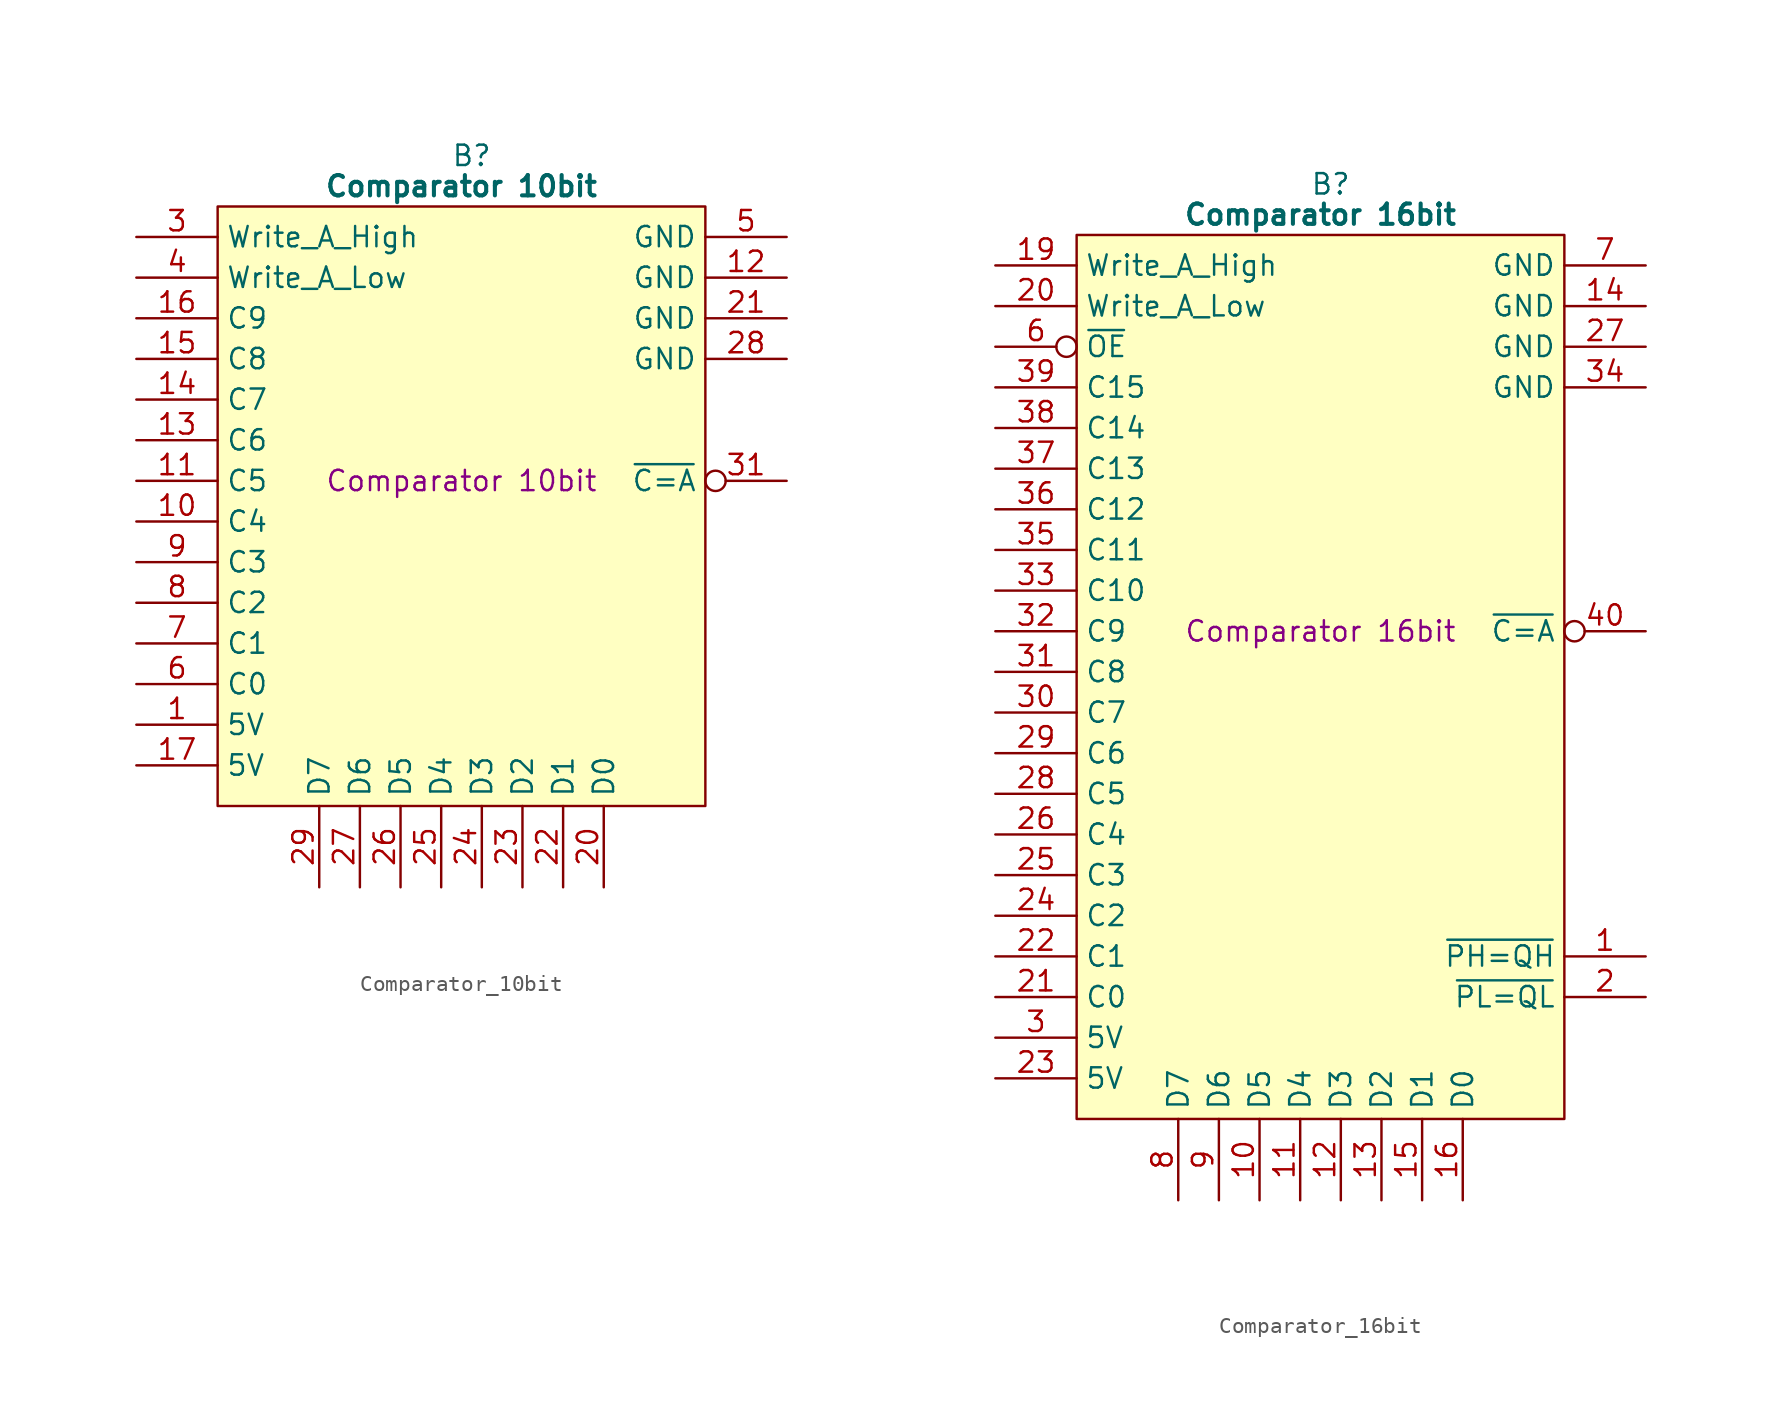
<source format=kicad_sym>
(kicad_symbol_lib
  (version 20241209)
  (generator "kicad_symbol_editor")
  (generator_version "9.0")
  (symbol "Comparator_10bit"
    (property "Reference" "B"
      (at 15.875 5.08 0)
      (effects (font (size 1.27 1.27))))
    (property "Value" "Comparator 10bit"
      (at 15.24 3.175 0)
      (effects (font (size 1.27 1.27) (bold yes))))
    (property "Description" "Comparator 10bit"
      (at 15.24 -15.24 0)
      (effects (font (size 1.27 1.27))))
    (symbol "Comparator_10bit_0_1"
      (polyline (pts (xy 0 1.905) (xy 30.48 1.905) (xy 30.48 -35.56) (xy 0 -35.56) (xy 0 1.905)) (stroke (width 0.152) (type default)) (fill (type background))))
    (symbol "Comparator_10bit_1_0"
      (pin no_connect line (at 35.56 -30.48 180) (length 5.08) (hide yes) (name "N.C." (effects (font (size 1.27 1.27)))) (number "32" (effects (font (size 1.27 1.27))))))
    (symbol "Comparator_10bit_1_1"
      (pin input line (at -5.08 0 0) (length 5.08) (name "Write_A_High" (effects (font (size 1.27 1.27)))) (number "3" (effects (font (size 1.27 1.27)))))
      (pin input line (at -5.08 -2.54 0) (length 5.08) (name "Write_A_Low" (effects (font (size 1.27 1.27)))) (number "4" (effects (font (size 1.27 1.27)))))
      (pin input line (at -5.08 -5.08 0) (length 5.08) (name "C9" (effects (font (size 1.27 1.27)))) (number "16" (effects (font (size 1.27 1.27)))))
      (pin input line (at -5.08 -7.62 0) (length 5.08) (name "C8" (effects (font (size 1.27 1.27)))) (number "15" (effects (font (size 1.27 1.27)))))
      (pin input line (at -5.08 -10.16 0) (length 5.08) (name "C7" (effects (font (size 1.27 1.27)))) (number "14" (effects (font (size 1.27 1.27)))))
      (pin input line (at -5.08 -12.7 0) (length 5.08) (name "C6" (effects (font (size 1.27 1.27)))) (number "13" (effects (font (size 1.27 1.27)))))
      (pin input line (at -5.08 -15.24 0) (length 5.08) (name "C5" (effects (font (size 1.27 1.27)))) (number "11" (effects (font (size 1.27 1.27)))))
      (pin input line (at -5.08 -17.78 0) (length 5.08) (name "C4" (effects (font (size 1.27 1.27)))) (number "10" (effects (font (size 1.27 1.27)))))
      (pin input line (at -5.08 -20.32 0) (length 5.08) (name "C3" (effects (font (size 1.27 1.27)))) (number "9" (effects (font (size 1.27 1.27)))))
      (pin input line (at -5.08 -22.86 0) (length 5.08) (name "C2" (effects (font (size 1.27 1.27)))) (number "8" (effects (font (size 1.27 1.27)))))
      (pin input line (at -5.08 -25.4 0) (length 5.08) (name "C1" (effects (font (size 1.27 1.27)))) (number "7" (effects (font (size 1.27 1.27)))))
      (pin input line (at -5.08 -27.94 0) (length 5.08) (name "C0" (effects (font (size 1.27 1.27)))) (number "6" (effects (font (size 1.27 1.27)))))
      (pin passive line (at -5.08 -30.48 0) (length 5.08) (name "5V" (effects (font (size 1.27 1.27)))) (number "1" (effects (font (size 1.27 1.27)))))
      (pin passive line (at -5.08 -33.02 0) (length 5.08) (name "5V" (effects (font (size 1.27 1.27)))) (number "17" (effects (font (size 1.27 1.27)))))
      (pin tri_state line (at 6.35 -40.64 90) (length 5.08) (name "D7" (effects (font (size 1.27 1.27)))) (number "29" (effects (font (size 1.27 1.27)))))
      (pin tri_state line (at 8.89 -40.64 90) (length 5.08) (name "D6" (effects (font (size 1.27 1.27)))) (number "27" (effects (font (size 1.27 1.27)))))
      (pin tri_state line (at 11.43 -40.64 90) (length 5.08) (name "D5" (effects (font (size 1.27 1.27)))) (number "26" (effects (font (size 1.27 1.27)))))
      (pin tri_state line (at 13.97 -40.64 90) (length 5.08) (name "D4" (effects (font (size 1.27 1.27)))) (number "25" (effects (font (size 1.27 1.27)))))
      (pin tri_state line (at 16.51 -40.64 90) (length 5.08) (name "D3" (effects (font (size 1.27 1.27)))) (number "24" (effects (font (size 1.27 1.27)))))
      (pin tri_state line (at 19.05 -40.64 90) (length 5.08) (name "D2" (effects (font (size 1.27 1.27)))) (number "23" (effects (font (size 1.27 1.27)))))
      (pin tri_state line (at 21.59 -40.64 90) (length 5.08) (name "D1" (effects (font (size 1.27 1.27)))) (number "22" (effects (font (size 1.27 1.27)))))
      (pin tri_state line (at 24.13 -40.64 90) (length 5.08) (name "D0" (effects (font (size 1.27 1.27)))) (number "20" (effects (font (size 1.27 1.27)))))
      (pin passive line (at 35.56 0 180) (length 5.08) (name "GND" (effects (font (size 1.27 1.27)))) (number "5" (effects (font (size 1.27 1.27)))))
      (pin passive line (at 35.56 -2.54 180) (length 5.08) (name "GND" (effects (font (size 1.27 1.27)))) (number "12" (effects (font (size 1.27 1.27)))))
      (pin passive line (at 35.56 -5.08 180) (length 5.08) (name "GND" (effects (font (size 1.27 1.27)))) (number "21" (effects (font (size 1.27 1.27)))))
      (pin passive line (at 35.56 -7.62 180) (length 5.08) (name "GND" (effects (font (size 1.27 1.27)))) (number "28" (effects (font (size 1.27 1.27)))))
      (pin output inverted (at 35.56 -15.24 180) (length 5.08) (name "~{C=A}" (effects (font (size 1.27 1.27)))) (number "31" (effects (font (size 1.27 1.27)))))
      (pin no_connect line (at 35.56 -20.32 180) (length 5.08) (hide yes) (name "N.C." (effects (font (size 1.27 1.27)))) (number "2" (effects (font (size 1.27 1.27)))))
      (pin no_connect line (at 35.56 -22.86 180) (length 5.08) (hide yes) (name "N.C." (effects (font (size 1.27 1.27)))) (number "18" (effects (font (size 1.27 1.27)))))
      (pin no_connect line (at 35.56 -25.4 180) (length 5.08) (hide yes) (name "N.C." (effects (font (size 1.27 1.27)))) (number "19" (effects (font (size 1.27 1.27)))))
      (pin no_connect line (at 35.56 -27.94 180) (length 5.08) (hide yes) (name "N.C." (effects (font (size 1.27 1.27)))) (number "30" (effects (font (size 1.27 1.27)))))))
  (symbol "Comparator_16bit"
    (property "Reference" "B"
      (at 15.875 5.08 0)
      (effects (font (size 1.27 1.27))))
    (property "Value" "Comparator 16bit"
      (at 15.24 3.175 0)
      (effects (font (size 1.27 1.27) (bold yes))))
    (property "Description" "Comparator 16bit"
      (at 15.24 -22.86 0)
      (effects (font (size 1.27 1.27))))
    (symbol "Comparator_16bit_0_1"
      (polyline (pts (xy 0 1.905) (xy 30.48 1.905) (xy 30.48 -53.34) (xy 0 -53.34) (xy 0 1.905)) (stroke (width 0.152) (type default)) (fill (type background))))
    (symbol "Comparator_16bit_1_0"
      (pin input line (at -5.08 -7.62 0) (length 5.08) (name "C15" (effects (font (size 1.27 1.27)))) (number "39" (effects (font (size 1.27 1.27)))))
      (pin input line (at -5.08 -10.16 0) (length 5.08) (name "C14" (effects (font (size 1.27 1.27)))) (number "38" (effects (font (size 1.27 1.27)))))
      (pin input line (at -5.08 -12.7 0) (length 5.08) (name "C13" (effects (font (size 1.27 1.27)))) (number "37" (effects (font (size 1.27 1.27)))))
      (pin input line (at -5.08 -15.24 0) (length 5.08) (name "C12" (effects (font (size 1.27 1.27)))) (number "36" (effects (font (size 1.27 1.27)))))
      (pin input line (at -5.08 -17.78 0) (length 5.08) (name "C11" (effects (font (size 1.27 1.27)))) (number "35" (effects (font (size 1.27 1.27)))))
      (pin input line (at -5.08 -20.32 0) (length 5.08) (name "C10" (effects (font (size 1.27 1.27)))) (number "33" (effects (font (size 1.27 1.27)))))
      (pin input line (at -5.08 -22.86 0) (length 5.08) (name "C9" (effects (font (size 1.27 1.27)))) (number "32" (effects (font (size 1.27 1.27)))))
      (pin passive line (at 35.56 -7.62 180) (length 5.08) (name "GND" (effects (font (size 1.27 1.27)))) (number "34" (effects (font (size 1.27 1.27))))))
    (symbol "Comparator_16bit_1_1"
      (pin input line (at -5.08 0 0) (length 5.08) (name "Write_A_High" (effects (font (size 1.27 1.27)))) (number "19" (effects (font (size 1.27 1.27)))))
      (pin input line (at -5.08 -2.54 0) (length 5.08) (name "Write_A_Low" (effects (font (size 1.27 1.27)))) (number "20" (effects (font (size 1.27 1.27)))))
      (pin input inverted (at -5.08 -5.08 0) (length 5.08) (name "~{OE}" (effects (font (size 1.27 1.27)))) (number "6" (effects (font (size 1.27 1.27)))))
      (pin input line (at -5.08 -25.4 0) (length 5.08) (name "C8" (effects (font (size 1.27 1.27)))) (number "31" (effects (font (size 1.27 1.27)))))
      (pin input line (at -5.08 -27.94 0) (length 5.08) (name "C7" (effects (font (size 1.27 1.27)))) (number "30" (effects (font (size 1.27 1.27)))))
      (pin input line (at -5.08 -30.48 0) (length 5.08) (name "C6" (effects (font (size 1.27 1.27)))) (number "29" (effects (font (size 1.27 1.27)))))
      (pin input line (at -5.08 -33.02 0) (length 5.08) (name "C5" (effects (font (size 1.27 1.27)))) (number "28" (effects (font (size 1.27 1.27)))))
      (pin input line (at -5.08 -35.56 0) (length 5.08) (name "C4" (effects (font (size 1.27 1.27)))) (number "26" (effects (font (size 1.27 1.27)))))
      (pin input line (at -5.08 -38.1 0) (length 5.08) (name "C3" (effects (font (size 1.27 1.27)))) (number "25" (effects (font (size 1.27 1.27)))))
      (pin input line (at -5.08 -40.64 0) (length 5.08) (name "C2" (effects (font (size 1.27 1.27)))) (number "24" (effects (font (size 1.27 1.27)))))
      (pin input line (at -5.08 -43.18 0) (length 5.08) (name "C1" (effects (font (size 1.27 1.27)))) (number "22" (effects (font (size 1.27 1.27)))))
      (pin input line (at -5.08 -45.72 0) (length 5.08) (name "C0" (effects (font (size 1.27 1.27)))) (number "21" (effects (font (size 1.27 1.27)))))
      (pin passive line (at -5.08 -48.26 0) (length 5.08) (name "5V" (effects (font (size 1.27 1.27)))) (number "3" (effects (font (size 1.27 1.27)))))
      (pin passive line (at -5.08 -50.8 0) (length 5.08) (name "5V" (effects (font (size 1.27 1.27)))) (number "23" (effects (font (size 1.27 1.27)))))
      (pin input line (at 6.35 -58.42 90) (length 5.08) (name "D7" (effects (font (size 1.27 1.27)))) (number "8" (effects (font (size 1.27 1.27)))))
      (pin input line (at 8.89 -58.42 90) (length 5.08) (name "D6" (effects (font (size 1.27 1.27)))) (number "9" (effects (font (size 1.27 1.27)))))
      (pin input line (at 11.43 -58.42 90) (length 5.08) (name "D5" (effects (font (size 1.27 1.27)))) (number "10" (effects (font (size 1.27 1.27)))))
      (pin input line (at 13.97 -58.42 90) (length 5.08) (name "D4" (effects (font (size 1.27 1.27)))) (number "11" (effects (font (size 1.27 1.27)))))
      (pin input line (at 16.51 -58.42 90) (length 5.08) (name "D3" (effects (font (size 1.27 1.27)))) (number "12" (effects (font (size 1.27 1.27)))))
      (pin input line (at 19.05 -58.42 90) (length 5.08) (name "D2" (effects (font (size 1.27 1.27)))) (number "13" (effects (font (size 1.27 1.27)))))
      (pin input line (at 21.59 -58.42 90) (length 5.08) (name "D1" (effects (font (size 1.27 1.27)))) (number "15" (effects (font (size 1.27 1.27)))))
      (pin input line (at 24.13 -58.42 90) (length 5.08) (name "D0" (effects (font (size 1.27 1.27)))) (number "16" (effects (font (size 1.27 1.27)))))
      (pin passive line (at 35.56 0 180) (length 5.08) (name "GND" (effects (font (size 1.27 1.27)))) (number "7" (effects (font (size 1.27 1.27)))))
      (pin passive line (at 35.56 -2.54 180) (length 5.08) (name "GND" (effects (font (size 1.27 1.27)))) (number "14" (effects (font (size 1.27 1.27)))))
      (pin passive line (at 35.56 -5.08 180) (length 5.08) (name "GND" (effects (font (size 1.27 1.27)))) (number "27" (effects (font (size 1.27 1.27)))))
      (pin output inverted (at 35.56 -22.86 180) (length 5.08) (name "~{C=A}" (effects (font (size 1.27 1.27)))) (number "40" (effects (font (size 1.27 1.27)))))
      (pin no_connect line (at 35.56 -33.02 180) (length 5.08) (hide yes) (name "N.C." (effects (font (size 1.27 1.27)))) (number "4" (effects (font (size 1.27 1.27)))))
      (pin no_connect line (at 35.56 -35.56 180) (length 5.08) (hide yes) (name "N.C." (effects (font (size 1.27 1.27)))) (number "5" (effects (font (size 1.27 1.27)))))
      (pin no_connect line (at 35.56 -38.1 180) (length 5.08) (hide yes) (name "N.C." (effects (font (size 1.27 1.27)))) (number "17" (effects (font (size 1.27 1.27)))))
      (pin no_connect line (at 35.56 -40.64 180) (length 5.08) (hide yes) (name "N.C." (effects (font (size 1.27 1.27)))) (number "18" (effects (font (size 1.27 1.27)))))
      (pin output line (at 35.56 -43.18 180) (length 5.08) (name "~{PH=QH}" (effects (font (size 1.27 1.27)))) (number "1" (effects (font (size 1.27 1.27)))))
      (pin output line (at 35.56 -45.72 180) (length 5.08) (name "~{PL=QL}" (effects (font (size 1.27 1.27)))) (number "2" (effects (font (size 1.27 1.27))))))))
</source>
